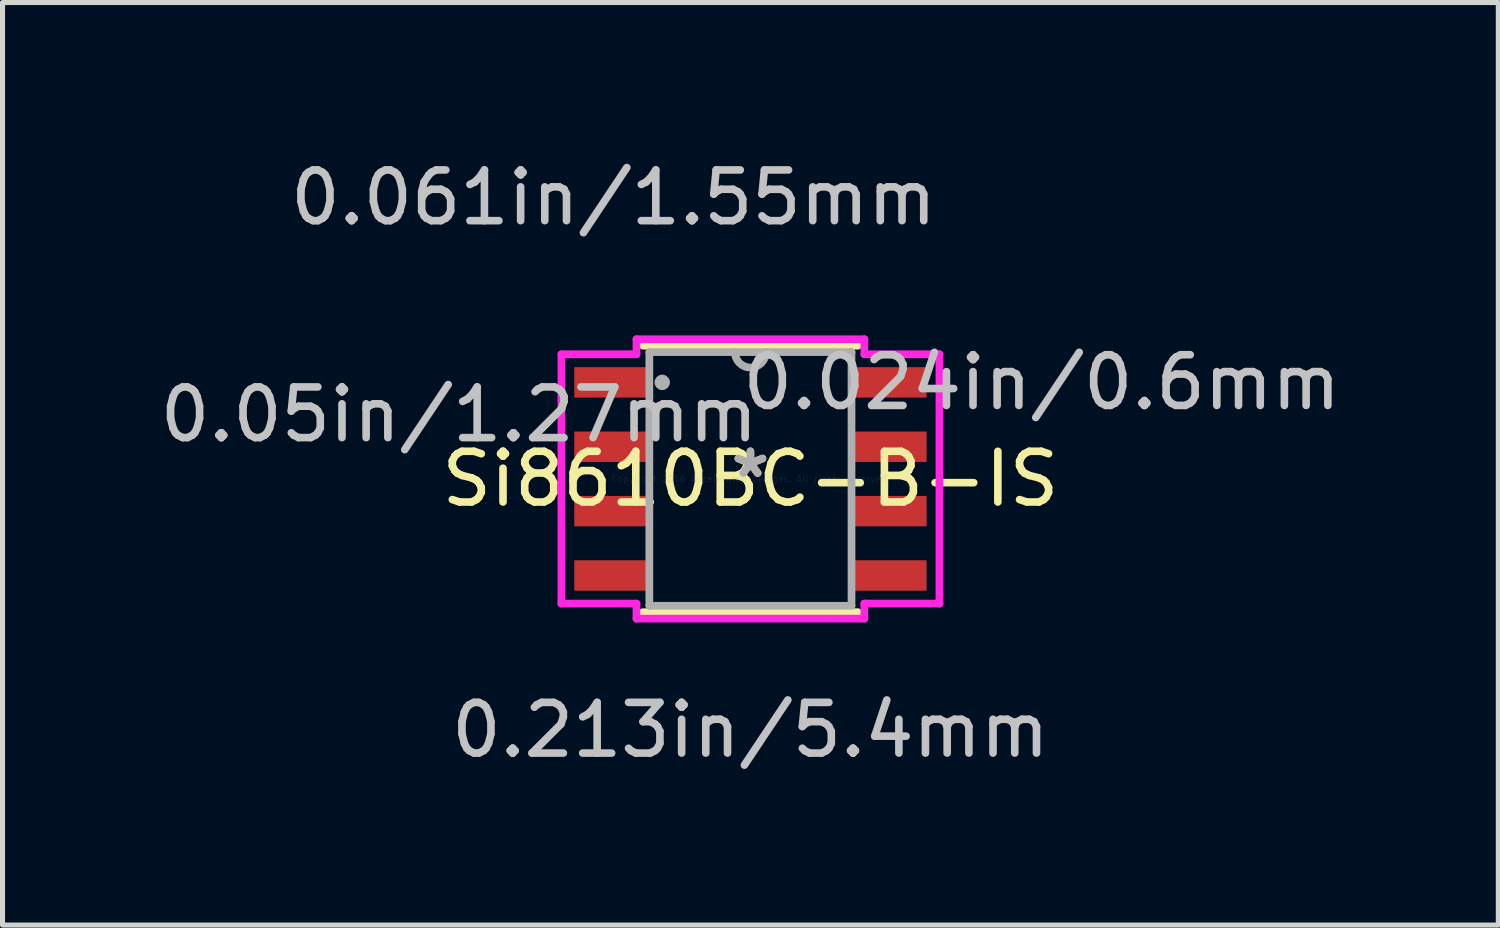
<source format=kicad_pcb>
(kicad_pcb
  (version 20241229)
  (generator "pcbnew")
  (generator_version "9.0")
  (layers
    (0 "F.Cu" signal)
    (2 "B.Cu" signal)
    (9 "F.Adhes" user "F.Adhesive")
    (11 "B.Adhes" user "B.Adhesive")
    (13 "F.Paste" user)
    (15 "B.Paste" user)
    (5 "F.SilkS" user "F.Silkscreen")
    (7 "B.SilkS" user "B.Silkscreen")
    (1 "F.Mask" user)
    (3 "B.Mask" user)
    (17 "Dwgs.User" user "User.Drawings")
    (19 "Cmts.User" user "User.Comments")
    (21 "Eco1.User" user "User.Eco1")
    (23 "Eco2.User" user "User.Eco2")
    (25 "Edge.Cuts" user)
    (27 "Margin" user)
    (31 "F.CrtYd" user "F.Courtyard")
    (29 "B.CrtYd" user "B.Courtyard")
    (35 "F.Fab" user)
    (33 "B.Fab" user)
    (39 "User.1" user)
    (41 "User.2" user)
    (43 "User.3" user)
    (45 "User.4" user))
  (footprint "Si8610BC-B-IS"
    (layer "F.Cu")
    (at 11.754 6.398)
    (property "Reference" "Si8610BC-B-IS" (at 0 0 0) (layer "F.SilkS") (effects (font (size 1 1) (thickness 0.15))))
    (attr through_hole)
    (fp_line (start -2.121 2.629) (end 2.121 2.629) (stroke (width 0.152) (type solid)) (layer "F.SilkS"))
    (fp_line (start 2.121 -2.629) (end -2.121 -2.629) (stroke (width 0.152) (type solid)) (layer "F.SilkS"))
    (fp_line (start -3.729 -2.459) (end -2.248 -2.459) (stroke (width 0.152) (type solid)) (layer "F.CrtYd"))
    (fp_line (start -3.729 2.459) (end -3.729 -2.459) (stroke (width 0.152) (type solid)) (layer "F.CrtYd"))
    (fp_line (start -2.248 -2.756) (end 2.248 -2.756) (stroke (width 0.152) (type solid)) (layer "F.CrtYd"))
    (fp_line (start -2.248 -2.459) (end -2.248 -2.756) (stroke (width 0.152) (type solid)) (layer "F.CrtYd"))
    (fp_line (start -2.248 2.459) (end -3.729 2.459) (stroke (width 0.152) (type solid)) (layer "F.CrtYd"))
    (fp_line (start -2.248 2.756) (end -2.248 2.459) (stroke (width 0.152) (type solid)) (layer "F.CrtYd"))
    (fp_line (start 2.248 -2.756) (end 2.248 -2.459) (stroke (width 0.152) (type solid)) (layer "F.CrtYd"))
    (fp_line (start 2.248 -2.459) (end 3.729 -2.459) (stroke (width 0.152) (type solid)) (layer "F.CrtYd"))
    (fp_line (start 2.248 2.459) (end 2.248 2.756) (stroke (width 0.152) (type solid)) (layer "F.CrtYd"))
    (fp_line (start 2.248 2.756) (end -2.248 2.756) (stroke (width 0.152) (type solid)) (layer "F.CrtYd"))
    (fp_line (start 3.729 -2.459) (end 3.729 2.459) (stroke (width 0.152) (type solid)) (layer "F.CrtYd"))
    (fp_line (start 3.729 2.459) (end 2.248 2.459) (stroke (width 0.152) (type solid)) (layer "F.CrtYd"))
    (fp_line (start -1.994 -2.502) (end -1.994 2.502) (stroke (width 0.152) (type solid)) (layer "F.Fab"))
    (fp_line (start -1.994 2.502) (end 1.994 2.502) (stroke (width 0.152) (type solid)) (layer "F.Fab"))
    (fp_line (start 1.994 -2.502) (end -1.994 -2.502) (stroke (width 0.152) (type solid)) (layer "F.Fab"))
    (fp_line (start 1.994 2.502) (end 1.994 -2.502) (stroke (width 0.152) (type solid)) (layer "F.Fab"))
    (fp_arc (start 0.3048 -2.5019) (mid 0 -2.1971) (end -0.3048 -2.5019) (stroke (width 0.1524) (type solid)) (layer "F.Fab"))
    (fp_circle (center -1.74 -1.905) (end -1.74 -1.905) (stroke (width 0.152) (type solid)) (fill no) (layer "F.Fab"))
    (fp_text user "*" (at 0 0 0) (layer "F.SilkS") (effects (font (size 1 1) (thickness 0.15))))
    (fp_text user "0.213in/5.4mm" (at 0 4.953 0) (layer "Dwgs.User") (effects (font (size 1 1) (thickness 0.15))))
    (fp_text user "0.061in/1.55mm" (at -2.7 -5.55 0) (layer "Dwgs.User") (effects (font (size 1 1) (thickness 0.15))))
    (fp_text user "0.024in/0.6mm" (at 5.748 -1.905 0) (layer "Dwgs.User") (effects (font (size 1 1) (thickness 0.15))))
    (fp_text user "0.05in/1.27mm" (at -5.748 -1.27 0) (layer "Dwgs.User") (effects (font (size 1 1) (thickness 0.15))))
    (fp_text user "Copyright 2016 Accelerated Designs. All rights reserved." (at 0 0 0) (layer "Cmts.User") (effects (font (size 0.127 0.127) (thickness 0.002))))
    (fp_text user "*" (at 0 0 0) (layer "F.Fab") (effects (font (size 1 1) (thickness 0.15))))
    (pad "1" smd rect (at -2.7 -1.905) (size 1.55 0.6) (layers "F.Cu" "F.Mask" "F.Paste"))
    (pad "2" smd rect (at -2.7 -0.635) (size 1.55 0.6) (layers "F.Cu" "F.Mask" "F.Paste"))
    (pad "3" smd rect (at -2.7 0.635) (size 1.55 0.6) (layers "F.Cu" "F.Mask" "F.Paste"))
    (pad "4" smd rect (at -2.7 1.905) (size 1.55 0.6) (layers "F.Cu" "F.Mask" "F.Paste"))
    (pad "5" smd rect (at 2.7 1.905) (size 1.55 0.6) (layers "F.Cu" "F.Mask" "F.Paste"))
    (pad "6" smd rect (at 2.7 0.635) (size 1.55 0.6) (layers "F.Cu" "F.Mask" "F.Paste"))
    (pad "7" smd rect (at 2.7 -0.635) (size 1.55 0.6) (layers "F.Cu" "F.Mask" "F.Paste"))
    (pad "8" smd rect (at 2.7 -1.905) (size 1.55 0.6) (layers "F.Cu" "F.Mask" "F.Paste")))
  (gr_rect
    (start -3 -3)
    (end 26.508 15.199)
    (stroke (width 0.1) (type default))
    (fill no)
    (layer "Edge.Cuts")))
</source>
